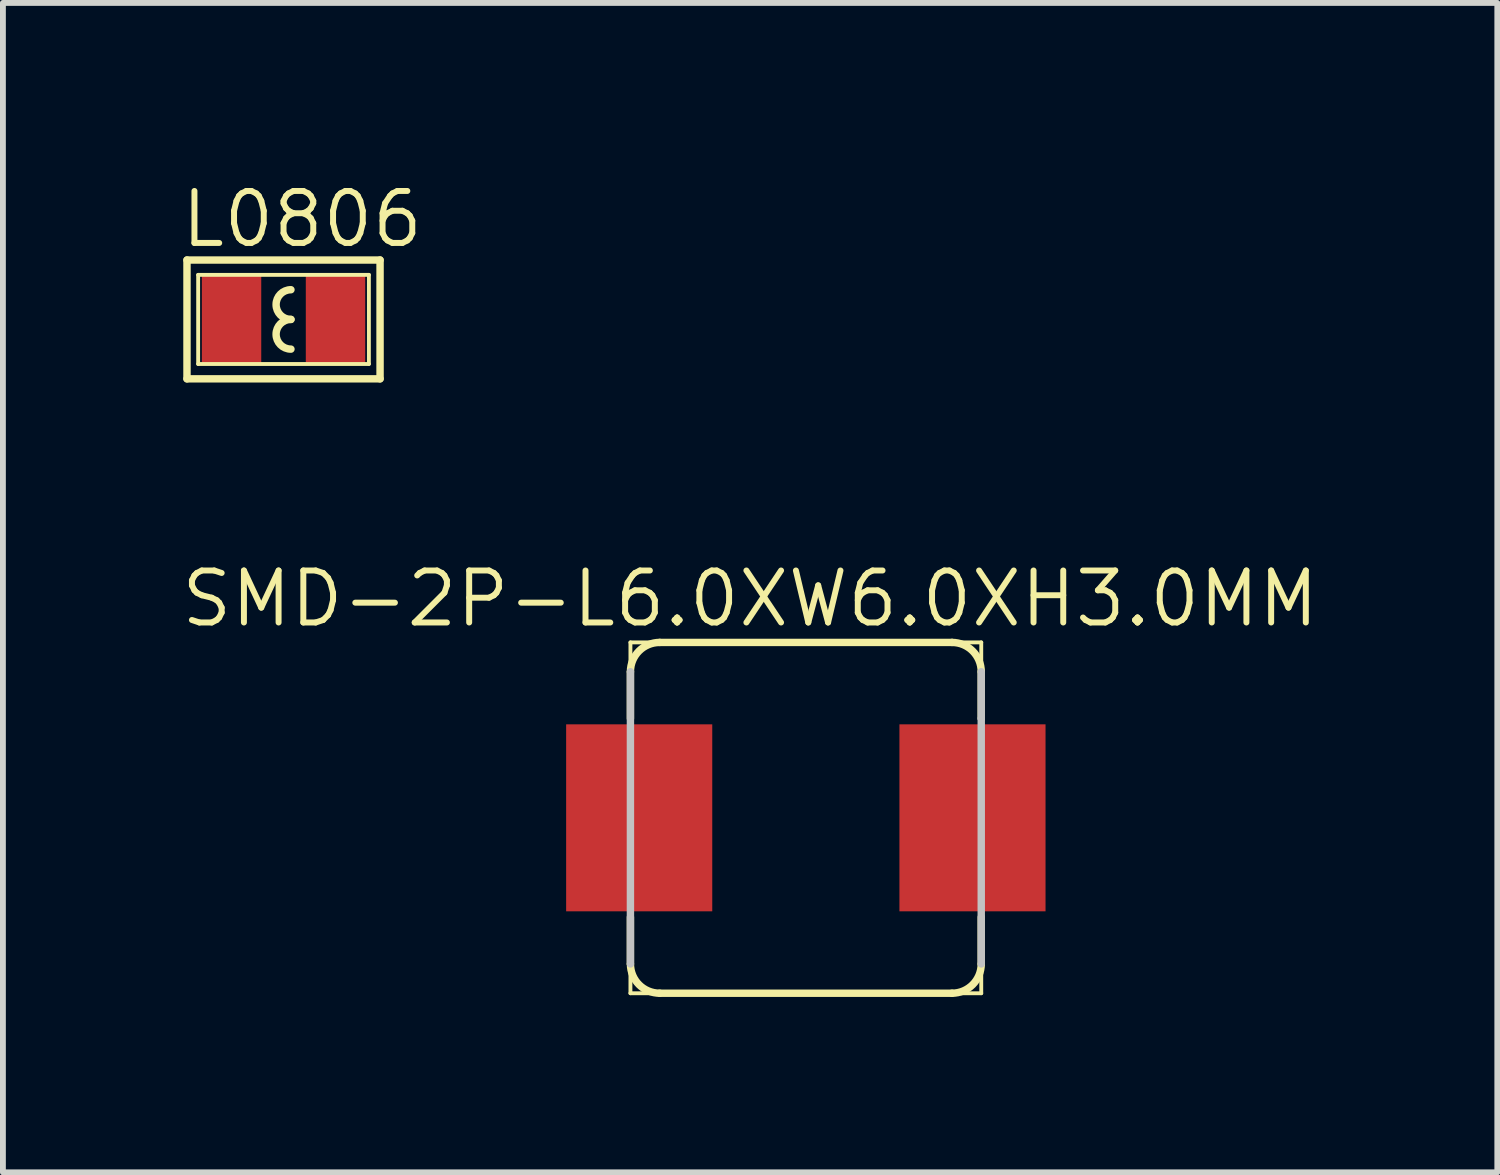
<source format=kicad_pcb>
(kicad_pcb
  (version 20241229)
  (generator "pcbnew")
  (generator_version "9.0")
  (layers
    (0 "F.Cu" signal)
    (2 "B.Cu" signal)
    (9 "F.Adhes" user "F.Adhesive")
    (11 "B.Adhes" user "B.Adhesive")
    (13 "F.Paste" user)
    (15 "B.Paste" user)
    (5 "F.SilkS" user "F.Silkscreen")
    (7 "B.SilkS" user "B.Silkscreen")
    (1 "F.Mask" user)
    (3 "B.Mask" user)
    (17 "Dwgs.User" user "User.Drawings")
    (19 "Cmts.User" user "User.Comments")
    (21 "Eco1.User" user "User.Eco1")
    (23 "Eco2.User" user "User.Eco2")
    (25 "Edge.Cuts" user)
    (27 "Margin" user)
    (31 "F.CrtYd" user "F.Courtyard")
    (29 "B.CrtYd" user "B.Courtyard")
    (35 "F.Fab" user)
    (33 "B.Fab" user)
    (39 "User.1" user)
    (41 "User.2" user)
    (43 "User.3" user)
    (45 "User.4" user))
  (footprint "L0806"
    (layer "F.Cu")
    (at 1.799 2.413)
    (property "Reference" "L0806" (at 0.318 -1.714 0) (layer "F.SilkS") (effects (font (size 0.889 0.889) (thickness 0.102))))
    (attr smd)
    (fp_line (start -1.651 -1.016) (end 1.651 -1.016) (stroke (width 0.127) (type solid)) (layer "F.SilkS"))
    (fp_line (start -1.651 1.016) (end -1.651 -1.016) (stroke (width 0.127) (type solid)) (layer "F.SilkS"))
    (fp_line (start -1.46 -0.762) (end 1.46 -0.762) (stroke (width 0.066) (type solid)) (layer "F.SilkS"))
    (fp_line (start -1.46 0.762) (end -1.46 -0.762) (stroke (width 0.066) (type solid)) (layer "F.SilkS"))
    (fp_line (start -1.46 0.762) (end 1.46 0.762) (stroke (width 0.066) (type solid)) (layer "F.SilkS"))
    (fp_line (start 1.46 0.762) (end 1.46 -0.762) (stroke (width 0.066) (type solid)) (layer "F.SilkS"))
    (fp_line (start 1.651 -1.016) (end 1.651 1.016) (stroke (width 0.127) (type solid)) (layer "F.SilkS"))
    (fp_line (start 1.651 1.016) (end -1.651 1.016) (stroke (width 0.127) (type solid)) (layer "F.SilkS"))
    (fp_arc (start 0.127 0) (mid -0.127 -0.254) (end 0.127 -0.508) (stroke (width 0.127) (type solid)) (layer "F.SilkS"))
    (fp_arc (start 0.127 0.508) (mid -0.127 0.254) (end 0.127 0) (stroke (width 0.127) (type solid)) (layer "F.SilkS"))
    (pad "1" smd rect (at -0.889 0) (size 1.016 1.524) (layers "F.Cu" "F.Mask" "F.Paste"))
    (pad "2" smd rect (at 0.889 0) (size 1.016 1.524) (layers "F.Cu" "F.Mask" "F.Paste")))
  (footprint "SMD-2P-L6.0XW6.0XH3.0MM"
    (layer "F.Cu")
    (at 10.732 10.937)
    (property "Reference" "SMD-2P-L6.0XW6.0XH3.0MM" (at -0.953 -3.747 0) (layer "F.SilkS") (effects (font (size 0.889 0.889) (thickness 0.102))))
    (attr smd)
    (fp_line (start -3 -3) (end 3 -3) (stroke (width 0.066) (type solid)) (layer "F.SilkS"))
    (fp_line (start -3 -2.499) (end -3 -1.699) (stroke (width 0.127) (type solid)) (layer "F.SilkS"))
    (fp_line (start -3 2.499) (end -3 1.699) (stroke (width 0.127) (type solid)) (layer "F.SilkS"))
    (fp_line (start -3 3) (end -3 -3) (stroke (width 0.066) (type solid)) (layer "F.SilkS"))
    (fp_line (start -3 3) (end 3 3) (stroke (width 0.066) (type solid)) (layer "F.SilkS"))
    (fp_line (start -2.499 -3) (end 2.499 -3) (stroke (width 0.127) (type solid)) (layer "F.SilkS"))
    (fp_line (start 2.499 3) (end -2.499 3) (stroke (width 0.127) (type solid)) (layer "F.SilkS"))
    (fp_line (start 3 -2.499) (end 3 -1.699) (stroke (width 0.127) (type solid)) (layer "F.SilkS"))
    (fp_line (start 3 2.499) (end 3 1.699) (stroke (width 0.127) (type solid)) (layer "F.SilkS"))
    (fp_line (start 3 3) (end 3 -3) (stroke (width 0.066) (type solid)) (layer "F.SilkS"))
    (fp_arc (start -2.99974 -2.49936) (mid -2.853182 -2.853182) (end -2.49936 -2.99974) (stroke (width 0.127) (type solid)) (layer "F.SilkS"))
    (fp_arc (start -2.49936 2.99974) (mid -2.853182 2.853182) (end -2.99974 2.49936) (stroke (width 0.127) (type solid)) (layer "F.SilkS"))
    (fp_arc (start 2.49936 -2.99974) (mid 2.853182 -2.853182) (end 2.99974 -2.49936) (stroke (width 0.127) (type solid)) (layer "F.SilkS"))
    (fp_arc (start 2.99974 2.49936) (mid 2.853182 2.853182) (end 2.49936 2.99974) (stroke (width 0.127) (type solid)) (layer "F.SilkS"))
    (fp_line (start -3 2.499) (end -3 -2.499) (stroke (width 0.127) (type solid)) (layer "Dwgs.User"))
    (fp_line (start 3 -2.499) (end 3 -1.699) (stroke (width 0.127) (type solid)) (layer "Dwgs.User"))
    (fp_line (start 3 -1.699) (end 3 2.499) (stroke (width 0.127) (type solid)) (layer "Dwgs.User"))
    (pad "1" smd rect (at -2.85 0 90) (size 3.198 2.499) (layers "F.Cu" "F.Mask" "F.Paste"))
    (pad "2" smd rect (at 2.85 0 90) (size 3.198 2.499) (layers "F.Cu" "F.Mask" "F.Paste")))
  (gr_rect
    (start -3 -3)
    (end 22.558 17)
    (stroke (width 0.1) (type default))
    (fill no)
    (layer "Edge.Cuts")))
</source>
